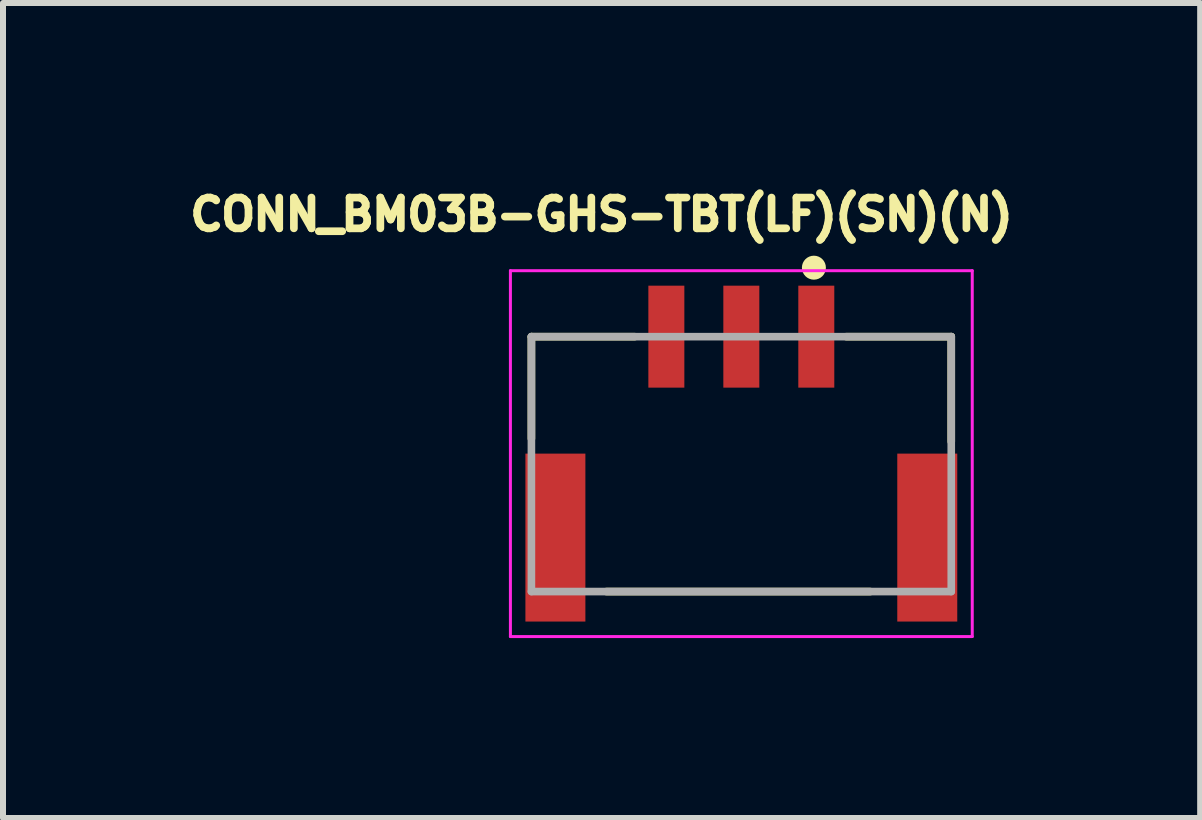
<source format=kicad_pcb>
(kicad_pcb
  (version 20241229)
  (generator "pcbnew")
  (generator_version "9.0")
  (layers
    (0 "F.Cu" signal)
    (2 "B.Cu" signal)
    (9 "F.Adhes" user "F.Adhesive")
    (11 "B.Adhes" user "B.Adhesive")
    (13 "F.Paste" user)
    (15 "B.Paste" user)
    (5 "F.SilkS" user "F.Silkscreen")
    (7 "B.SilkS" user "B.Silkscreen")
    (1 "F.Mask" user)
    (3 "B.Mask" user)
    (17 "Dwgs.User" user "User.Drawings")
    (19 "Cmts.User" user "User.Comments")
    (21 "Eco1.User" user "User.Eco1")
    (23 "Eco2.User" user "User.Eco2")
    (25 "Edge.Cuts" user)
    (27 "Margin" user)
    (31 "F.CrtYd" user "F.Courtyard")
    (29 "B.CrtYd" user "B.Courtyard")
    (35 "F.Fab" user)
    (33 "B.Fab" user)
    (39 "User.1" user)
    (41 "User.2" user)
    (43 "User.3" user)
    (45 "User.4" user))
  (footprint "CONN_BM03B-GHS-TBT(LF)(SN)(N)"
    (layer "F.Cu")
    (at 9.31 2.563)
    (property "Reference" "CONN_BM03B-GHS-TBT(LF)(SN)(N)" (at -2.33 -2.037 0) (layer "F.SilkS") (effects (font (size 0.513 0.513) (thickness 0.15))))
    (attr through_hole)
    (fp_line (start -3.5 0) (end -3.5 1.7) (stroke (width 0.127) (type solid)) (layer "F.SilkS"))
    (fp_line (start -2.25 4.25) (end 2.15 4.25) (stroke (width 0.127) (type solid)) (layer "F.SilkS"))
    (fp_line (start -1.778 0) (end -3.5 0) (stroke (width 0.127) (type solid)) (layer "F.SilkS"))
    (fp_line (start 1.75 0) (end 3.5 0) (stroke (width 0.127) (type solid)) (layer "F.SilkS"))
    (fp_line (start 3.5 0) (end 3.5 1.75) (stroke (width 0.127) (type solid)) (layer "F.SilkS"))
    (fp_circle (center 1.21 -1.15) (end 1.31 -1.15) (stroke (width 0.2) (type solid)) (fill no) (layer "F.SilkS"))
    (fp_line (start -3.85 -1.1) (end -3.85 5) (stroke (width 0.05) (type solid)) (layer "F.CrtYd"))
    (fp_line (start -3.85 5) (end 3.85 5) (stroke (width 0.05) (type solid)) (layer "F.CrtYd"))
    (fp_line (start 3.85 -1.1) (end -3.85 -1.1) (stroke (width 0.05) (type solid)) (layer "F.CrtYd"))
    (fp_line (start 3.85 5) (end 3.85 -1.1) (stroke (width 0.05) (type solid)) (layer "F.CrtYd"))
    (fp_line (start -3.5 0) (end -3.5 4.25) (stroke (width 0.127) (type solid)) (layer "F.Fab"))
    (fp_line (start -3.5 4.25) (end 3.5 4.25) (stroke (width 0.127) (type solid)) (layer "F.Fab"))
    (fp_line (start 3.5 0) (end -3.5 0) (stroke (width 0.127) (type solid)) (layer "F.Fab"))
    (fp_line (start 3.5 4.25) (end 3.5 0) (stroke (width 0.127) (type solid)) (layer "F.Fab"))
    (pad "1" smd rect (at 1.25 0 90) (size 1.7 0.6) (layers "F.Cu" "F.Mask" "F.Paste"))
    (pad "2" smd rect (at 0 0 90) (size 1.7 0.6) (layers "F.Cu" "F.Mask" "F.Paste"))
    (pad "3" smd rect (at -1.25 0 90) (size 1.7 0.6) (layers "F.Cu" "F.Mask" "F.Paste"))
    (pad "4" smd rect (at 3.1 3.35 90) (size 2.8 1) (layers "F.Cu" "F.Mask" "F.Paste"))
    (pad "5" smd rect (at -3.1 3.35 90) (size 2.8 1) (layers "F.Cu" "F.Mask" "F.Paste")))
  (gr_rect
    (start -3 -3)
    (end 16.96 10.588)
    (stroke (width 0.1) (type default))
    (fill no)
    (layer "Edge.Cuts")))
</source>
